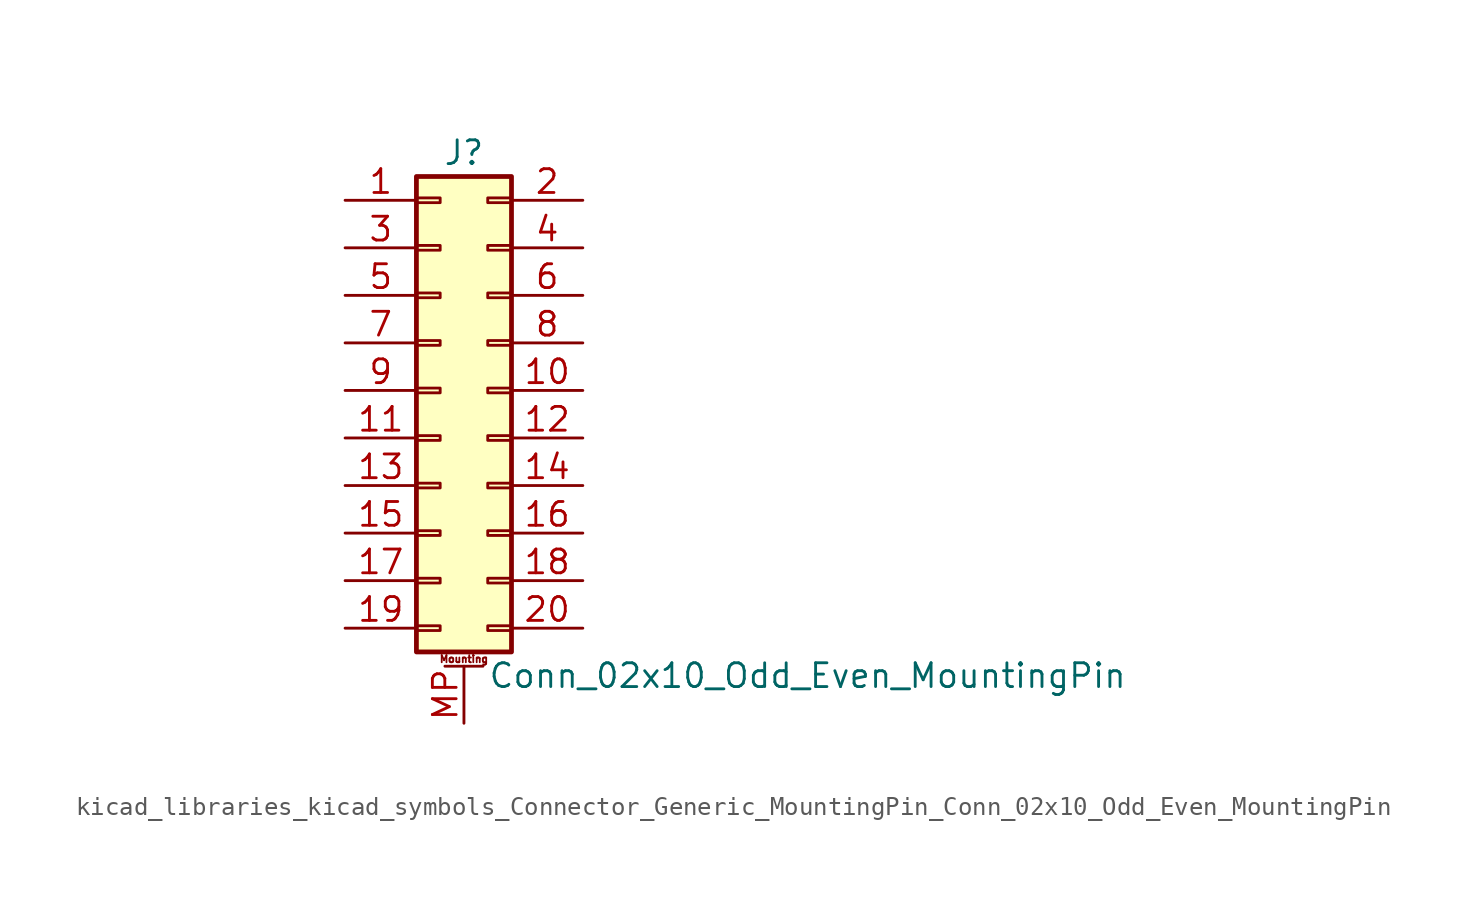
<source format=kicad_sym>
(kicad_symbol_lib
  (version 20220914)
  (generator kicad_symbol_editor)
  (symbol "kicad_libraries_kicad_symbols_Connector_Generic_MountingPin_Conn_02x10_Odd_Even_MountingPin"
    (pin_names
      (offset 1.016) hide)
    (property "Reference" "J"
      (at 1.27 12.7 0)
      (effects (font (size 1.27 1.27))))
    (property "Value" "Conn_02x10_Odd_Even_MountingPin"
      (at 2.54 -15.24 0)
      (effects (font (size 1.27 1.27)) (justify left)))
    (symbol "kicad_libraries_kicad_symbols_Connector_Generic_MountingPin_Conn_02x10_Odd_Even_MountingPin_1_1"
      (rectangle (start -1.27 -12.573) (end 0 -12.827) (stroke (width 0.152) (type default)) (fill (type none)))
      (rectangle (start -1.27 -10.033) (end 0 -10.287) (stroke (width 0.152) (type default)) (fill (type none)))
      (rectangle (start -1.27 -7.493) (end 0 -7.747) (stroke (width 0.152) (type default)) (fill (type none)))
      (rectangle (start -1.27 -4.953) (end 0 -5.207) (stroke (width 0.152) (type default)) (fill (type none)))
      (rectangle (start -1.27 -2.413) (end 0 -2.667) (stroke (width 0.152) (type default)) (fill (type none)))
      (rectangle (start -1.27 0.127) (end 0 -0.127) (stroke (width 0.152) (type default)) (fill (type none)))
      (rectangle (start -1.27 2.667) (end 0 2.413) (stroke (width 0.152) (type default)) (fill (type none)))
      (rectangle (start -1.27 5.207) (end 0 4.953) (stroke (width 0.152) (type default)) (fill (type none)))
      (rectangle (start -1.27 7.747) (end 0 7.493) (stroke (width 0.152) (type default)) (fill (type none)))
      (rectangle (start -1.27 10.287) (end 0 10.033) (stroke (width 0.152) (type default)) (fill (type none)))
      (rectangle (start -1.27 11.43) (end 3.81 -13.97) (stroke (width 0.254) (type default)) (fill (type background)))
      (polyline (pts (xy 0.254 -14.732) (xy 2.286 -14.732)) (stroke (width 0.152) (type default)) (fill (type none)))
      (rectangle (start 3.81 -12.573) (end 2.54 -12.827) (stroke (width 0.152) (type default)) (fill (type none)))
      (rectangle (start 3.81 -10.033) (end 2.54 -10.287) (stroke (width 0.152) (type default)) (fill (type none)))
      (rectangle (start 3.81 -7.493) (end 2.54 -7.747) (stroke (width 0.152) (type default)) (fill (type none)))
      (rectangle (start 3.81 -4.953) (end 2.54 -5.207) (stroke (width 0.152) (type default)) (fill (type none)))
      (rectangle (start 3.81 -2.413) (end 2.54 -2.667) (stroke (width 0.152) (type default)) (fill (type none)))
      (rectangle (start 3.81 0.127) (end 2.54 -0.127) (stroke (width 0.152) (type default)) (fill (type none)))
      (rectangle (start 3.81 2.667) (end 2.54 2.413) (stroke (width 0.152) (type default)) (fill (type none)))
      (rectangle (start 3.81 5.207) (end 2.54 4.953) (stroke (width 0.152) (type default)) (fill (type none)))
      (rectangle (start 3.81 7.747) (end 2.54 7.493) (stroke (width 0.152) (type default)) (fill (type none)))
      (rectangle (start 3.81 10.287) (end 2.54 10.033) (stroke (width 0.152) (type default)) (fill (type none)))
      (text "Mounting" (at 1.27 -14.351 0) (effects (font (size 0.381 0.381))))
      (pin passive line (at -5.08 10.16 0) (length 3.81) (name "Pin_1" (effects (font (size 1.27 1.27)))) (number "1" (effects (font (size 1.27 1.27)))))
      (pin passive line (at 7.62 0 180) (length 3.81) (name "Pin_10" (effects (font (size 1.27 1.27)))) (number "10" (effects (font (size 1.27 1.27)))))
      (pin passive line (at -5.08 -2.54 0) (length 3.81) (name "Pin_11" (effects (font (size 1.27 1.27)))) (number "11" (effects (font (size 1.27 1.27)))))
      (pin passive line (at 7.62 -2.54 180) (length 3.81) (name "Pin_12" (effects (font (size 1.27 1.27)))) (number "12" (effects (font (size 1.27 1.27)))))
      (pin passive line (at -5.08 -5.08 0) (length 3.81) (name "Pin_13" (effects (font (size 1.27 1.27)))) (number "13" (effects (font (size 1.27 1.27)))))
      (pin passive line (at 7.62 -5.08 180) (length 3.81) (name "Pin_14" (effects (font (size 1.27 1.27)))) (number "14" (effects (font (size 1.27 1.27)))))
      (pin passive line (at -5.08 -7.62 0) (length 3.81) (name "Pin_15" (effects (font (size 1.27 1.27)))) (number "15" (effects (font (size 1.27 1.27)))))
      (pin passive line (at 7.62 -7.62 180) (length 3.81) (name "Pin_16" (effects (font (size 1.27 1.27)))) (number "16" (effects (font (size 1.27 1.27)))))
      (pin passive line (at -5.08 -10.16 0) (length 3.81) (name "Pin_17" (effects (font (size 1.27 1.27)))) (number "17" (effects (font (size 1.27 1.27)))))
      (pin passive line (at 7.62 -10.16 180) (length 3.81) (name "Pin_18" (effects (font (size 1.27 1.27)))) (number "18" (effects (font (size 1.27 1.27)))))
      (pin passive line (at -5.08 -12.7 0) (length 3.81) (name "Pin_19" (effects (font (size 1.27 1.27)))) (number "19" (effects (font (size 1.27 1.27)))))
      (pin passive line (at 7.62 10.16 180) (length 3.81) (name "Pin_2" (effects (font (size 1.27 1.27)))) (number "2" (effects (font (size 1.27 1.27)))))
      (pin passive line (at 7.62 -12.7 180) (length 3.81) (name "Pin_20" (effects (font (size 1.27 1.27)))) (number "20" (effects (font (size 1.27 1.27)))))
      (pin passive line (at -5.08 7.62 0) (length 3.81) (name "Pin_3" (effects (font (size 1.27 1.27)))) (number "3" (effects (font (size 1.27 1.27)))))
      (pin passive line (at 7.62 7.62 180) (length 3.81) (name "Pin_4" (effects (font (size 1.27 1.27)))) (number "4" (effects (font (size 1.27 1.27)))))
      (pin passive line (at -5.08 5.08 0) (length 3.81) (name "Pin_5" (effects (font (size 1.27 1.27)))) (number "5" (effects (font (size 1.27 1.27)))))
      (pin passive line (at 7.62 5.08 180) (length 3.81) (name "Pin_6" (effects (font (size 1.27 1.27)))) (number "6" (effects (font (size 1.27 1.27)))))
      (pin passive line (at -5.08 2.54 0) (length 3.81) (name "Pin_7" (effects (font (size 1.27 1.27)))) (number "7" (effects (font (size 1.27 1.27)))))
      (pin passive line (at 7.62 2.54 180) (length 3.81) (name "Pin_8" (effects (font (size 1.27 1.27)))) (number "8" (effects (font (size 1.27 1.27)))))
      (pin passive line (at -5.08 0 0) (length 3.81) (name "Pin_9" (effects (font (size 1.27 1.27)))) (number "9" (effects (font (size 1.27 1.27)))))
      (pin passive line (at 1.27 -17.78 90) (length 3.048) (name "MountPin" (effects (font (size 1.27 1.27)))) (number "MP" (effects (font (size 1.27 1.27))))))))
</source>
